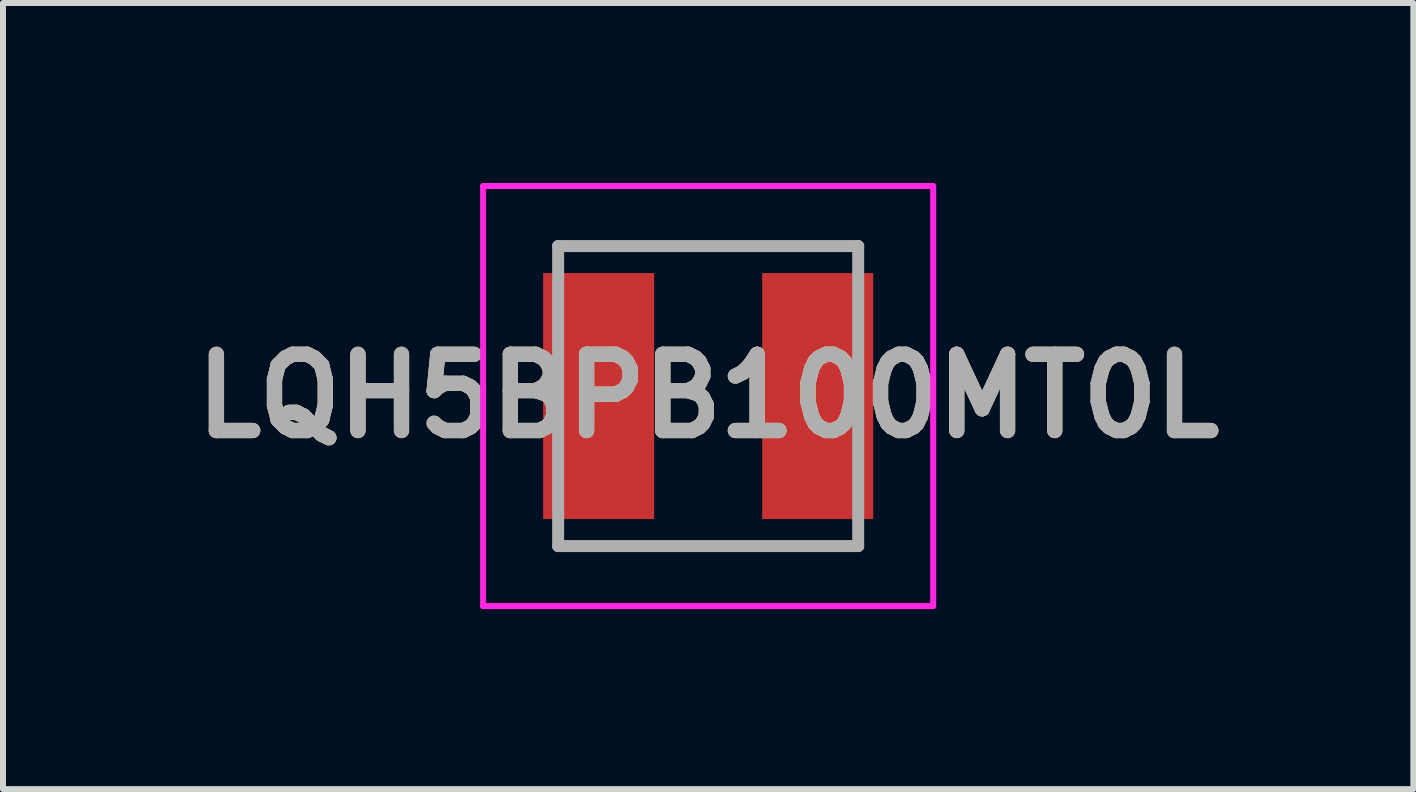
<source format=kicad_pcb>
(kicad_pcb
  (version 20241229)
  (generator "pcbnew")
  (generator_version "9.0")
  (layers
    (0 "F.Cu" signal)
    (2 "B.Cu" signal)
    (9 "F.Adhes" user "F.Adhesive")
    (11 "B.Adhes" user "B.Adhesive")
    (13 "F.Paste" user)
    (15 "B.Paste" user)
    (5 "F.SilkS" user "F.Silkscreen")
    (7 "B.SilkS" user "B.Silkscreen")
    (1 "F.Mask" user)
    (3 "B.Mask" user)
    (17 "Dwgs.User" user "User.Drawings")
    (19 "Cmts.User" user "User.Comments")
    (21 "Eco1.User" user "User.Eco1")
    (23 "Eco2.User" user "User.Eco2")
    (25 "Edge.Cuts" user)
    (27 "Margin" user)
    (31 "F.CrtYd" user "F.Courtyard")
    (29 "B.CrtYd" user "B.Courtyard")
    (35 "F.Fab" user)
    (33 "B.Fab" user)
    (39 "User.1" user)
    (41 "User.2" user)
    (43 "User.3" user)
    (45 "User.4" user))
  (footprint "LQH5BPB100MT0L"
    (layer "F.Cu")
    (at 8.751 3.55)
    (property "Reference" "LQH5BPB100MT0L" (at 0 0 0) (layer "F.SilkS") (effects (font (size 1.27 1.27) (thickness 0.254))))
    (attr smd)
    (fp_line (start -2.1 -2.5) (end 2.1 -2.5) (stroke (width 0.1) (type solid)) (layer "F.SilkS"))
    (fp_line (start -2.1 2.5) (end 2.1 2.5) (stroke (width 0.1) (type solid)) (layer "F.SilkS"))
    (fp_line (start -3.75 -3.5) (end 3.75 -3.5) (stroke (width 0.1) (type solid)) (layer "F.CrtYd"))
    (fp_line (start -3.75 3.5) (end -3.75 -3.5) (stroke (width 0.1) (type solid)) (layer "F.CrtYd"))
    (fp_line (start 3.75 -3.5) (end 3.75 3.5) (stroke (width 0.1) (type solid)) (layer "F.CrtYd"))
    (fp_line (start 3.75 3.5) (end -3.75 3.5) (stroke (width 0.1) (type solid)) (layer "F.CrtYd"))
    (fp_line (start -2.5 -2.5) (end 2.5 -2.5) (stroke (width 0.2) (type solid)) (layer "F.Fab"))
    (fp_line (start -2.5 2.5) (end -2.5 -2.5) (stroke (width 0.2) (type solid)) (layer "F.Fab"))
    (fp_line (start 2.5 -2.5) (end 2.5 2.5) (stroke (width 0.2) (type solid)) (layer "F.Fab"))
    (fp_line (start 2.5 2.5) (end -2.5 2.5) (stroke (width 0.2) (type solid)) (layer "F.Fab"))
    (fp_text user "${REFERENCE}" (at 0 0 0) (layer "F.Fab") (effects (font (size 1.27 1.27) (thickness 0.254))))
    (pad "1" smd rect (at -1.825 0) (size 1.85 4.1) (layers "F.Cu" "F.Mask" "F.Paste"))
    (pad "2" smd rect (at 1.825 0) (size 1.85 4.1) (layers "F.Cu" "F.Mask" "F.Paste")))
  (gr_rect
    (start -3 -3)
    (end 20.502 10.1)
    (stroke (width 0.1) (type default))
    (fill no)
    (layer "Edge.Cuts")))
</source>
